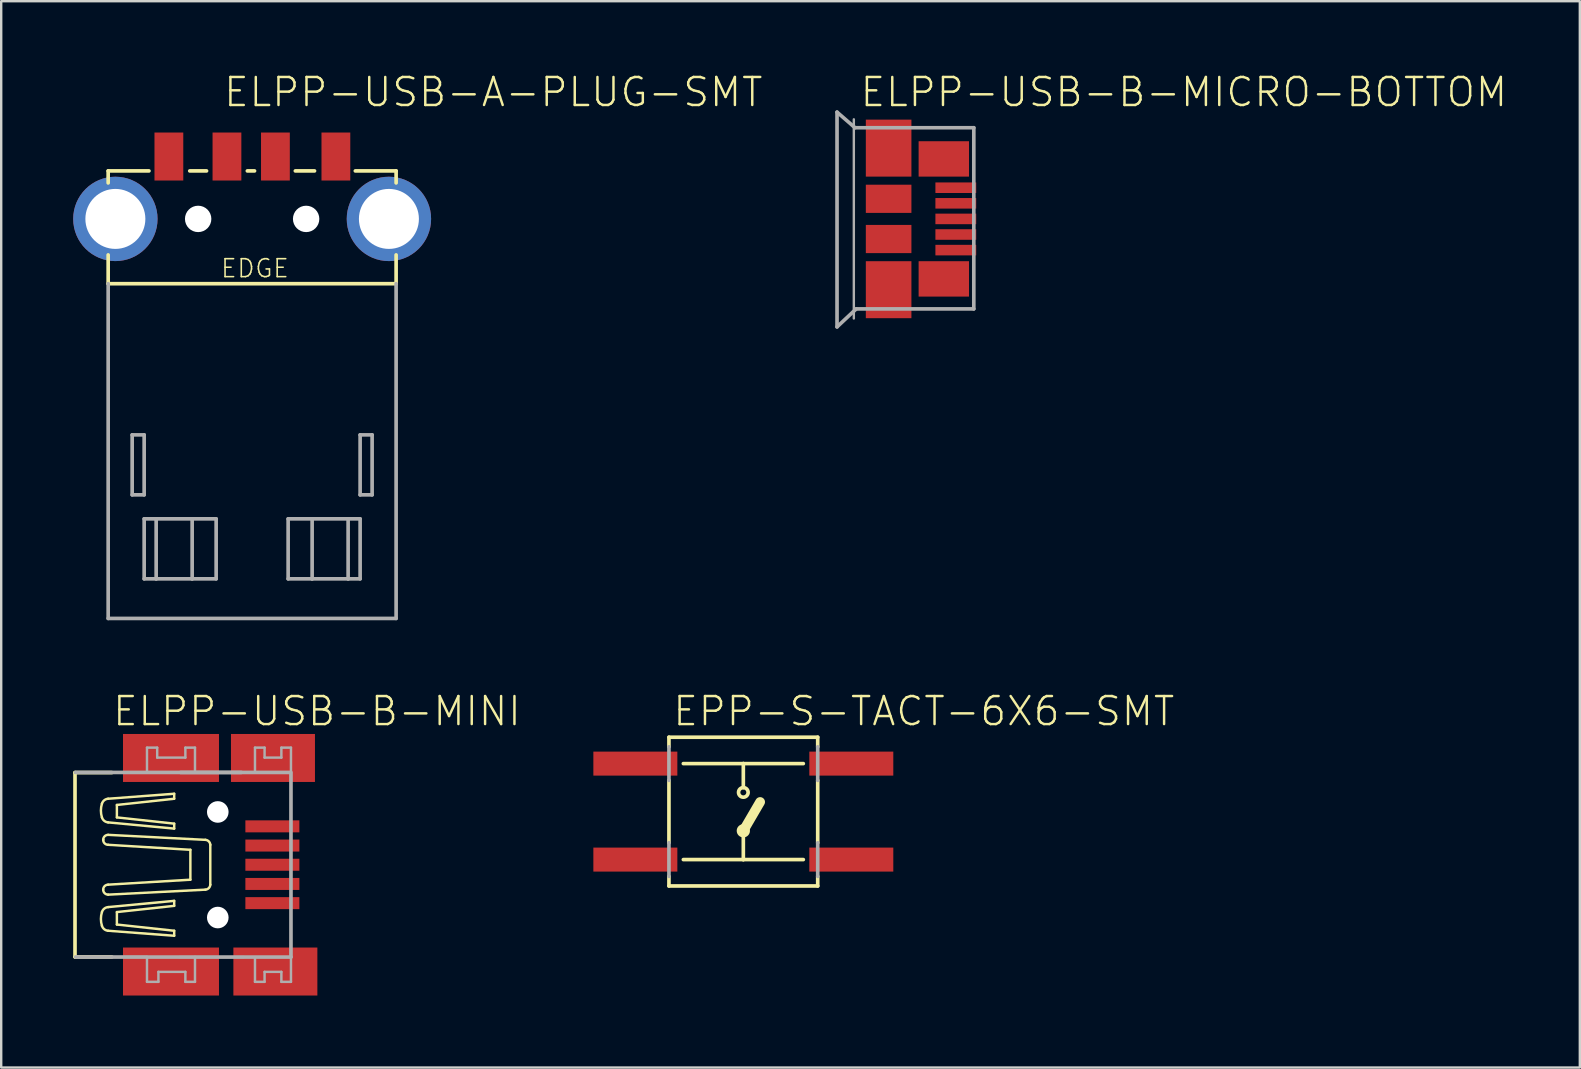
<source format=kicad_pcb>
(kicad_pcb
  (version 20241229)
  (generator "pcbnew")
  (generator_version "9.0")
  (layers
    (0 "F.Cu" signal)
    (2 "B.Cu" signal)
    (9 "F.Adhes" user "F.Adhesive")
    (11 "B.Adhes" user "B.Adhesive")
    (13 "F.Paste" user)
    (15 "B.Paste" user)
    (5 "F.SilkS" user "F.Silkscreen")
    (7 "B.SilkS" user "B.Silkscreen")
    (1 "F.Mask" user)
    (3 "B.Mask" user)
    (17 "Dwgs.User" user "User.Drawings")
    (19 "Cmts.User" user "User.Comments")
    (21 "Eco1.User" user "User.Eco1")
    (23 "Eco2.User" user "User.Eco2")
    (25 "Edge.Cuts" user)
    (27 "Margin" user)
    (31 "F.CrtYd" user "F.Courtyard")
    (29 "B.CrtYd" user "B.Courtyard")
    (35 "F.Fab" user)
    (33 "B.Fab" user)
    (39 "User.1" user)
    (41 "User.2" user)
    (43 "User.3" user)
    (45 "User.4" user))
  (footprint "ELPP-USB-B-MICRO-BOTTOM"
    (layer "F.Cu")
    (at 33.983 6.073)
    (property "Reference" "ELPP-USB-B-MICRO-BOTTOM" (at -1.25 -4.6 0) (unlocked yes) (layer "F.SilkS") (effects (font (size 1.168 1.168) (thickness 0.102)) (justify left bottom)))
    (fp_line (start -2.15 -4.45) (end -2.15 4.5) (stroke (width 0.152) (type solid)) (layer "F.Fab"))
    (fp_line (start -1.45 4.15) (end -1.45 -4.15) (stroke (width 0.1) (type solid)) (layer "F.Fab"))
    (fp_line (start -1.4 -3.8) (end -2.15 -4.45) (stroke (width 0.152) (type solid)) (layer "F.Fab"))
    (fp_line (start -1.35 3.75) (end -2.15 4.5) (stroke (width 0.152) (type solid)) (layer "F.Fab"))
    (fp_line (start 3.55 -3.8) (end -1.4 -3.8) (stroke (width 0.152) (type solid)) (layer "F.Fab"))
    (fp_line (start 3.55 -3.8) (end 3.55 3.75) (stroke (width 0.152) (type solid)) (layer "F.Fab"))
    (fp_line (start 3.55 3.75) (end -1.35 3.75) (stroke (width 0.152) (type solid)) (layer "F.Fab"))
    (pad "1" smd rect (at 2.8 -1.3 90) (size 0.44 1.7) (layers "F.Cu" "F.Mask" "F.Paste"))
    (pad "2" smd rect (at 2.8 -0.65 90) (size 0.44 1.7) (layers "F.Cu" "F.Mask" "F.Paste"))
    (pad "3" smd rect (at 2.8 0 90) (size 0.44 1.7) (layers "F.Cu" "F.Mask" "F.Paste"))
    (pad "4" smd rect (at 2.8 0.65 90) (size 0.44 1.7) (layers "F.Cu" "F.Mask" "F.Paste"))
    (pad "5" smd rect (at 2.8 1.3 90) (size 0.44 1.7) (layers "F.Cu" "F.Mask" "F.Paste"))
    (pad "S1" smd rect (at 0 2.95 90) (size 2.375 1.9) (layers "F.Cu" "F.Mask" "F.Paste"))
    (pad "S2" smd rect (at 2.3 2.5) (size 2.1 1.475) (layers "F.Cu" "F.Mask" "F.Paste"))
    (pad "S3" smd rect (at 2.3 -2.5) (size 2.1 1.475) (layers "F.Cu" "F.Mask" "F.Paste"))
    (pad "S4" smd rect (at 0 -2.95 90) (size 2.375 1.9) (layers "F.Cu" "F.Mask" "F.Paste"))
    (pad "S5" smd rect (at 0 -0.838) (size 1.9 1.175) (layers "F.Cu" "F.Mask" "F.Paste"))
    (pad "S6" smd rect (at 0 0.838) (size 1.9 1.175) (layers "F.Cu" "F.Mask" "F.Paste"))
    (zone (net_name "") (layer "F.Cu") (hatch edge 0.5) (connect_pads) (min_thickness 0.25) (filled_areas_thickness no) (keepout (tracks not_allowed) (vias not_allowed) (pads not_allowed) (copperpour not_allowed) (footprints allowed)) (placement (enabled no)) (fill) (polygon (pts (xy 35.183 7.673) (xy 35.833 7.673) (xy 35.833 4.473) (xy 35.183 4.473)))))
  (footprint "ELPP-USB-B-MINI"
    (layer "F.Cu")
    (at 6.026 32.988)
    (property "Reference" "ELPP-USB-B-MINI" (at -4.445 -5.715 0) (unlocked yes) (layer "F.SilkS") (effects (font (size 1.168 1.168) (thickness 0.102)) (justify left bottom)))
    (fp_line (start -5.95 -3.842) (end -4.415 -3.841) (stroke (width 0.152) (type solid)) (layer "F.SilkS"))
    (fp_line (start -5.95 3.841) (end -5.95 -3.842) (stroke (width 0.152) (type solid)) (layer "F.SilkS"))
    (fp_line (start -5.95 3.841) (end -4.415 3.841) (stroke (width 0.152) (type solid)) (layer "F.SilkS"))
    (fp_line (start -5.95 3.847) (end -5.95 3.841) (stroke (width 0.102) (type solid)) (layer "F.SilkS"))
    (fp_line (start -5.918 3.841) (end -5.95 3.841) (stroke (width 0.102) (type solid)) (layer "F.SilkS"))
    (fp_line (start -4.776 -1.038) (end -4.776 -1.038) (stroke (width 0.102) (type solid)) (layer "F.SilkS"))
    (fp_line (start -4.569 -1.765) (end -1.817 -1.506) (stroke (width 0.102) (type solid)) (layer "F.SilkS"))
    (fp_line (start -4.569 -0.831) (end -1.142 -0.623) (stroke (width 0.102) (type solid)) (layer "F.SilkS"))
    (fp_line (start -4.569 0.83) (end -1.142 0.623) (stroke (width 0.102) (type solid)) (layer "F.SilkS"))
    (fp_line (start -4.569 1.765) (end -1.817 1.505) (stroke (width 0.102) (type solid)) (layer "F.SilkS"))
    (fp_line (start -4.568 -1.246) (end -0.519 -1.038) (stroke (width 0.102) (type solid)) (layer "F.SilkS"))
    (fp_line (start -4.568 1.246) (end -0.519 1.038) (stroke (width 0.102) (type solid)) (layer "F.SilkS"))
    (fp_line (start -4.205 -2.492) (end -1.817 -2.751) (stroke (width 0.102) (type solid)) (layer "F.SilkS"))
    (fp_line (start -4.205 -1.973) (end -4.205 -2.492) (stroke (width 0.102) (type solid)) (layer "F.SilkS"))
    (fp_line (start -4.205 1.972) (end -4.205 2.492) (stroke (width 0.102) (type solid)) (layer "F.SilkS"))
    (fp_line (start -4.205 2.492) (end -1.817 2.751) (stroke (width 0.102) (type solid)) (layer "F.SilkS"))
    (fp_line (start -1.817 -2.959) (end -4.569 -2.751) (stroke (width 0.102) (type solid)) (layer "F.SilkS"))
    (fp_line (start -1.817 -2.751) (end -1.817 -2.959) (stroke (width 0.102) (type solid)) (layer "F.SilkS"))
    (fp_line (start -1.817 -1.713) (end -4.205 -1.973) (stroke (width 0.102) (type solid)) (layer "F.SilkS"))
    (fp_line (start -1.817 -1.506) (end -1.817 -1.713) (stroke (width 0.102) (type solid)) (layer "F.SilkS"))
    (fp_line (start -1.817 1.505) (end -1.817 1.713) (stroke (width 0.102) (type solid)) (layer "F.SilkS"))
    (fp_line (start -1.817 1.713) (end -4.205 1.972) (stroke (width 0.102) (type solid)) (layer "F.SilkS"))
    (fp_line (start -1.817 2.751) (end -1.817 2.959) (stroke (width 0.102) (type solid)) (layer "F.SilkS"))
    (fp_line (start -1.817 2.959) (end -4.569 2.751) (stroke (width 0.102) (type solid)) (layer "F.SilkS"))
    (fp_line (start -1.142 0.623) (end -1.142 -0.623) (stroke (width 0.102) (type solid)) (layer "F.SilkS"))
    (fp_line (start -0.312 0.83) (end -0.312 -0.831) (stroke (width 0.102) (type solid)) (layer "F.SilkS"))
    (fp_arc (start -4.828 -2.5438) (mid -4.730297 -2.687659) (end -4.5685 -2.7514) (stroke (width 0.1016) (type solid)) (layer "F.SilkS"))
    (fp_arc (start -4.828 -1.9727) (mid -4.870802 -2.25825) (end -4.828 -2.5438) (stroke (width 0.1016) (type solid)) (layer "F.SilkS"))
    (fp_arc (start -4.828 1.9725) (mid -4.730298 1.828641) (end -4.568501 1.764899) (stroke (width 0.1016) (type solid)) (layer "F.SilkS"))
    (fp_arc (start -4.828 2.5436) (mid -4.870802 2.25805) (end -4.828 1.9725) (stroke (width 0.1016) (type solid)) (layer "F.SilkS"))
    (fp_arc (start -4.7761 -1.0383) (mid -4.715295 -1.185095) (end -4.5685 -1.2459) (stroke (width 0.1016) (type solid)) (layer "F.SilkS"))
    (fp_arc (start -4.7761 1.038) (mid -4.715295 0.891205) (end -4.5685 0.8304) (stroke (width 0.1016) (type solid)) (layer "F.SilkS"))
    (fp_arc (start -4.568501 -1.765099) (mid -4.730298 -1.828841) (end -4.828 -1.9727) (stroke (width 0.1016) (type solid)) (layer "F.SilkS"))
    (fp_arc (start -4.5685 -0.8306) (mid -4.715295 -0.891405) (end -4.7761 -1.0382) (stroke (width 0.1016) (type solid)) (layer "F.SilkS"))
    (fp_arc (start -4.5685 1.2457) (mid -4.715295 1.184895) (end -4.7761 1.0381) (stroke (width 0.1016) (type solid)) (layer "F.SilkS"))
    (fp_arc (start -4.5685 2.7512) (mid -4.730297 2.687459) (end -4.828 2.5436) (stroke (width 0.1016) (type solid)) (layer "F.SilkS"))
    (fp_arc (start -0.5192 -1.0383) (mid -0.375653 -0.974177) (end -0.311598 -0.8306) (stroke (width 0.1016) (type solid)) (layer "F.SilkS"))
    (fp_arc (start -0.311599 0.830399) (mid -0.375679 0.973951) (end -0.5192 1.0381) (stroke (width 0.1016) (type solid)) (layer "F.SilkS"))
    (fp_line (start -5.95 -3.842) (end -2.95 -3.842) (stroke (width 0.102) (type solid)) (layer "F.Fab"))
    (fp_line (start -5.95 3.841) (end -2.95 3.841) (stroke (width 0.102) (type solid)) (layer "F.Fab"))
    (fp_line (start -5.923 -3.847) (end 3.05 -3.847) (stroke (width 0.152) (type solid)) (layer "F.Fab"))
    (fp_line (start -2.95 -4.88) (end -2.525 -4.88) (stroke (width 0.102) (type solid)) (layer "F.Fab"))
    (fp_line (start -2.95 -3.842) (end -2.95 -4.88) (stroke (width 0.102) (type solid)) (layer "F.Fab"))
    (fp_line (start -2.95 3.841) (end -2.95 4.88) (stroke (width 0.102) (type solid)) (layer "F.Fab"))
    (fp_line (start -2.95 4.88) (end -2.474 4.88) (stroke (width 0.102) (type solid)) (layer "F.Fab"))
    (fp_line (start -2.525 -4.88) (end -2.525 -4.465) (stroke (width 0.102) (type solid)) (layer "F.Fab"))
    (fp_line (start -2.525 -4.465) (end -1.351 -4.465) (stroke (width 0.102) (type solid)) (layer "F.Fab"))
    (fp_line (start -2.474 4.464) (end -1.351 4.464) (stroke (width 0.102) (type solid)) (layer "F.Fab"))
    (fp_line (start -2.474 4.88) (end -2.474 4.464) (stroke (width 0.102) (type solid)) (layer "F.Fab"))
    (fp_line (start -1.552 -3.847) (end 0.983 -3.847) (stroke (width 0.152) (type solid)) (layer "F.Fab"))
    (fp_line (start -1.351 -4.88) (end -0.95 -4.88) (stroke (width 0.102) (type solid)) (layer "F.Fab"))
    (fp_line (start -1.351 -4.465) (end -1.351 -4.88) (stroke (width 0.102) (type solid)) (layer "F.Fab"))
    (fp_line (start -1.351 4.464) (end -1.351 4.88) (stroke (width 0.102) (type solid)) (layer "F.Fab"))
    (fp_line (start -1.351 4.88) (end -0.95 4.88) (stroke (width 0.102) (type solid)) (layer "F.Fab"))
    (fp_line (start -0.95 -4.88) (end -0.95 -3.842) (stroke (width 0.102) (type solid)) (layer "F.Fab"))
    (fp_line (start -0.95 4.88) (end -0.95 3.841) (stroke (width 0.102) (type solid)) (layer "F.Fab"))
    (fp_line (start 1.084 3.847) (end -1.603 3.847) (stroke (width 0.102) (type solid)) (layer "F.Fab"))
    (fp_line (start 1.55 -4.88) (end 1.95 -4.88) (stroke (width 0.102) (type solid)) (layer "F.Fab"))
    (fp_line (start 1.55 -3.886) (end 1.55 -4.88) (stroke (width 0.102) (type solid)) (layer "F.Fab"))
    (fp_line (start 1.55 3.885) (end 1.55 4.88) (stroke (width 0.102) (type solid)) (layer "F.Fab"))
    (fp_line (start 1.55 4.88) (end 1.95 4.88) (stroke (width 0.102) (type solid)) (layer "F.Fab"))
    (fp_line (start 1.95 -4.88) (end 1.95 -4.465) (stroke (width 0.102) (type solid)) (layer "F.Fab"))
    (fp_line (start 1.95 -4.465) (end 2.65 -4.465) (stroke (width 0.102) (type solid)) (layer "F.Fab"))
    (fp_line (start 1.95 4.464) (end 2.65 4.464) (stroke (width 0.102) (type solid)) (layer "F.Fab"))
    (fp_line (start 1.95 4.88) (end 1.95 4.464) (stroke (width 0.102) (type solid)) (layer "F.Fab"))
    (fp_line (start 2.65 -4.88) (end 3.05 -4.88) (stroke (width 0.102) (type solid)) (layer "F.Fab"))
    (fp_line (start 2.65 -4.465) (end 2.65 -4.88) (stroke (width 0.102) (type solid)) (layer "F.Fab"))
    (fp_line (start 2.65 4.464) (end 2.65 4.88) (stroke (width 0.102) (type solid)) (layer "F.Fab"))
    (fp_line (start 2.65 4.88) (end 3.05 4.88) (stroke (width 0.102) (type solid)) (layer "F.Fab"))
    (fp_line (start 3.05 -4.88) (end 3.05 -3.852) (stroke (width 0.102) (type solid)) (layer "F.Fab"))
    (fp_line (start 3.05 -3.78) (end 3.05 3.847) (stroke (width 0.152) (type solid)) (layer "F.Fab"))
    (fp_line (start 3.05 3.847) (end -5.923 3.847) (stroke (width 0.152) (type solid)) (layer "F.Fab"))
    (fp_line (start 3.05 4.88) (end 3.05 3.852) (stroke (width 0.102) (type solid)) (layer "F.Fab"))
    (pad "" np_thru_hole circle (at 0 -2.2) (size 0.9 0.9) (drill 0.9) (layers "*.Cu" "*.Mask"))
    (pad "" np_thru_hole circle (at 0 2.2) (size 0.9 0.9) (drill 0.9) (layers "*.Cu" "*.Mask"))
    (pad "1" smd rect (at 2.275 -1.6) (size 2.25 0.5) (layers "F.Cu" "F.Mask" "F.Paste"))
    (pad "2" smd rect (at 2.275 -0.8) (size 2.25 0.5) (layers "F.Cu" "F.Mask" "F.Paste"))
    (pad "3" smd rect (at 2.275 0) (size 2.25 0.5) (layers "F.Cu" "F.Mask" "F.Paste"))
    (pad "4" smd rect (at 2.275 0.8) (size 2.25 0.5) (layers "F.Cu" "F.Mask" "F.Paste"))
    (pad "5" smd rect (at 2.275 1.6) (size 2.25 0.5) (layers "F.Cu" "F.Mask" "F.Paste"))
    (pad "S1" smd rect (at -1.95 4.45) (size 4 2) (layers "F.Cu" "F.Mask" "F.Paste"))
    (pad "S2" smd rect (at 2.4 4.45) (size 3.5 2) (layers "F.Cu" "F.Mask" "F.Paste"))
    (pad "S3" smd rect (at 2.3 -4.45) (size 3.5 2) (layers "F.Cu" "F.Mask" "F.Paste"))
    (pad "S4" smd rect (at -1.95 -4.45) (size 4 2) (layers "F.Cu" "F.Mask" "F.Paste")))
  (footprint "ELPP-USB-A-PLUG-SMT"
    (layer "F.Cu")
    (at 7.458 6.073)
    (property "Reference" "ELPP-USB-A-PLUG-SMT" (at -1.25 -4.6 0) (unlocked yes) (layer "F.SilkS") (effects (font (size 1.168 1.168) (thickness 0.102)) (justify left bottom)))
    (fp_line (start -6 -2) (end -6 -1.5) (stroke (width 0.152) (type solid)) (layer "F.SilkS"))
    (fp_line (start -6 1.5) (end -6 2.7) (stroke (width 0.152) (type solid)) (layer "F.SilkS"))
    (fp_line (start -6 2.7) (end 6 2.7) (stroke (width 0.152) (type solid)) (layer "F.SilkS"))
    (fp_line (start -4.3 -2) (end -6 -2) (stroke (width 0.152) (type solid)) (layer "F.SilkS"))
    (fp_line (start -2.6 -2) (end -1.9 -2) (stroke (width 0.152) (type solid)) (layer "F.SilkS"))
    (fp_line (start -0.2 -2) (end 0.1 -2) (stroke (width 0.152) (type solid)) (layer "F.SilkS"))
    (fp_line (start 1.8 -2) (end 2.6 -2) (stroke (width 0.152) (type solid)) (layer "F.SilkS"))
    (fp_line (start 4.3 -2) (end 6 -2) (stroke (width 0.152) (type solid)) (layer "F.SilkS"))
    (fp_line (start 6 -2) (end 6 -1.5) (stroke (width 0.152) (type solid)) (layer "F.SilkS"))
    (fp_line (start 6 1.5) (end 6 2.7) (stroke (width 0.152) (type solid)) (layer "F.SilkS"))
    (fp_line (start -6 2.7) (end -6 16.65) (stroke (width 0.152) (type solid)) (layer "F.Fab"))
    (fp_line (start -6 16.65) (end 6 16.65) (stroke (width 0.152) (type solid)) (layer "F.Fab"))
    (fp_line (start -5 9) (end -5 11.5) (stroke (width 0.152) (type solid)) (layer "F.Fab"))
    (fp_line (start -5 11.5) (end -4.5 11.5) (stroke (width 0.152) (type solid)) (layer "F.Fab"))
    (fp_line (start -4.5 9) (end -5 9) (stroke (width 0.152) (type solid)) (layer "F.Fab"))
    (fp_line (start -4.5 11.5) (end -4.5 9) (stroke (width 0.152) (type solid)) (layer "F.Fab"))
    (fp_line (start -4.5 12.5) (end -4.5 15) (stroke (width 0.152) (type solid)) (layer "F.Fab"))
    (fp_line (start -4.5 15) (end -4 15) (stroke (width 0.152) (type solid)) (layer "F.Fab"))
    (fp_line (start -4 12.5) (end -4.5 12.5) (stroke (width 0.152) (type solid)) (layer "F.Fab"))
    (fp_line (start -4 12.5) (end -4 15) (stroke (width 0.152) (type solid)) (layer "F.Fab"))
    (fp_line (start -4 15) (end -2.5 15) (stroke (width 0.152) (type solid)) (layer "F.Fab"))
    (fp_line (start -2.5 12.5) (end -4 12.5) (stroke (width 0.152) (type solid)) (layer "F.Fab"))
    (fp_line (start -2.5 12.5) (end -2.5 15) (stroke (width 0.152) (type solid)) (layer "F.Fab"))
    (fp_line (start -2.5 15) (end -1.5 15) (stroke (width 0.152) (type solid)) (layer "F.Fab"))
    (fp_line (start -1.5 12.5) (end -2.5 12.5) (stroke (width 0.152) (type solid)) (layer "F.Fab"))
    (fp_line (start -1.5 15) (end -1.5 12.5) (stroke (width 0.152) (type solid)) (layer "F.Fab"))
    (fp_line (start 1.5 12.5) (end 1.5 15) (stroke (width 0.152) (type solid)) (layer "F.Fab"))
    (fp_line (start 1.5 15) (end 2.5 15) (stroke (width 0.152) (type solid)) (layer "F.Fab"))
    (fp_line (start 2.5 12.5) (end 1.5 12.5) (stroke (width 0.152) (type solid)) (layer "F.Fab"))
    (fp_line (start 2.5 12.5) (end 2.5 15) (stroke (width 0.152) (type solid)) (layer "F.Fab"))
    (fp_line (start 2.5 15) (end 4 15) (stroke (width 0.152) (type solid)) (layer "F.Fab"))
    (fp_line (start 4 12.5) (end 2.5 12.5) (stroke (width 0.152) (type solid)) (layer "F.Fab"))
    (fp_line (start 4 12.5) (end 4 15) (stroke (width 0.152) (type solid)) (layer "F.Fab"))
    (fp_line (start 4 15) (end 4.5 15) (stroke (width 0.152) (type solid)) (layer "F.Fab"))
    (fp_line (start 4.5 9) (end 4.5 11.5) (stroke (width 0.152) (type solid)) (layer "F.Fab"))
    (fp_line (start 4.5 11.5) (end 5 11.5) (stroke (width 0.152) (type solid)) (layer "F.Fab"))
    (fp_line (start 4.5 12.5) (end 4 12.5) (stroke (width 0.152) (type solid)) (layer "F.Fab"))
    (fp_line (start 4.5 15) (end 4.5 12.5) (stroke (width 0.152) (type solid)) (layer "F.Fab"))
    (fp_line (start 5 9) (end 4.5 9) (stroke (width 0.152) (type solid)) (layer "F.Fab"))
    (fp_line (start 5 11.5) (end 5 9) (stroke (width 0.152) (type solid)) (layer "F.Fab"))
    (fp_line (start 6 16.65) (end 6 2.7) (stroke (width 0.152) (type solid)) (layer "F.Fab"))
    (fp_text user "EDGE" (at -1.35 2.5 0) (layer "F.SilkS") (effects (font (size 0.748 0.748) (thickness 0.065)) (justify left bottom)))
    (pad "" np_thru_hole circle (at -2.25 0) (size 1.1 1.1) (drill 1.1) (layers "*.Cu" "*.Mask"))
    (pad "" np_thru_hole circle (at 2.25 0) (size 1.1 1.1) (drill 1.1) (layers "*.Cu" "*.Mask"))
    (pad "1" smd rect (at -3.47 -2.6 180) (size 1.2 2) (layers "F.Cu" "F.Mask" "F.Paste"))
    (pad "2" smd rect (at -1.05 -2.6 180) (size 1.2 2) (layers "F.Cu" "F.Mask" "F.Paste"))
    (pad "3" smd rect (at 0.97 -2.6 180) (size 1.2 2) (layers "F.Cu" "F.Mask" "F.Paste"))
    (pad "4" smd rect (at 3.49 -2.6 180) (size 1.2 2) (layers "F.Cu" "F.Mask" "F.Paste"))
    (pad "S1" thru_hole circle (at -5.7 0) (size 3.516 3.516) (drill 2.5) (layers "*.Cu" "*.Mask"))
    (pad "S2" thru_hole circle (at 5.7 0 180) (size 3.516 3.516) (drill 2.5) (layers "*.Cu" "*.Mask")))
  (footprint "EPP-S-TACT-6X6-SMT"
    (layer "F.Cu")
    (at 27.928 30.773)
    (property "Reference" "EPP-S-TACT-6X6-SMT" (at -3 -3.5 0) (unlocked yes) (layer "F.SilkS") (effects (font (size 1.168 1.168) (thickness 0.102)) (justify left bottom)))
    (fp_line (start -3.1 -3.1) (end -3.1 -2.7) (stroke (width 0.152) (type solid)) (layer "F.SilkS"))
    (fp_line (start -3.1 -1.3) (end -3.1 1.3) (stroke (width 0.152) (type solid)) (layer "F.SilkS"))
    (fp_line (start -3.1 3.1) (end -3.1 2.7) (stroke (width 0.152) (type solid)) (layer "F.SilkS"))
    (fp_line (start -2.5 -2) (end 0 -2) (stroke (width 0.152) (type solid)) (layer "F.SilkS"))
    (fp_line (start -2.5 2) (end 0 2) (stroke (width 0.152) (type solid)) (layer "F.SilkS"))
    (fp_line (start 0 -2) (end 0 -1) (stroke (width 0.152) (type solid)) (layer "F.SilkS"))
    (fp_line (start 0 -2) (end 2.5 -2) (stroke (width 0.152) (type solid)) (layer "F.SilkS"))
    (fp_line (start 0 0.8) (end 0.7 -0.4) (stroke (width 0.406) (type solid)) (layer "F.SilkS"))
    (fp_line (start 0 2) (end 0 0.8) (stroke (width 0.152) (type solid)) (layer "F.SilkS"))
    (fp_line (start 0 2) (end 2.5 2) (stroke (width 0.152) (type solid)) (layer "F.SilkS"))
    (fp_line (start 3.1 -3.1) (end -3.1 -3.1) (stroke (width 0.152) (type solid)) (layer "F.SilkS"))
    (fp_line (start 3.1 -3.1) (end 3.1 -2.7) (stroke (width 0.152) (type solid)) (layer "F.SilkS"))
    (fp_line (start 3.1 -1.3) (end 3.1 1.3) (stroke (width 0.152) (type solid)) (layer "F.SilkS"))
    (fp_line (start 3.1 3.1) (end -3.1 3.1) (stroke (width 0.152) (type solid)) (layer "F.SilkS"))
    (fp_line (start 3.1 3.1) (end 3.1 2.7) (stroke (width 0.152) (type solid)) (layer "F.SilkS"))
    (fp_circle (center 0 -0.8) (end 0.2 -0.8) (stroke (width 0.152) (type solid)) (fill no) (layer "F.SilkS"))
    (fp_circle (center 0 0.8) (end 0.2 0.8) (stroke (width 0.152) (type solid)) (fill no) (layer "F.SilkS"))
    (fp_line (start -3.1 -1.3) (end -3.1 -2.7) (stroke (width 0.152) (type solid)) (layer "F.Fab"))
    (fp_line (start -3.1 2.7) (end -3.1 1.3) (stroke (width 0.152) (type solid)) (layer "F.Fab"))
    (fp_line (start 3.1 -1.3) (end 3.1 -2.7) (stroke (width 0.152) (type solid)) (layer "F.Fab"))
    (fp_line (start 3.1 2.7) (end 3.1 1.3) (stroke (width 0.152) (type solid)) (layer "F.Fab"))
    (pad "1" smd rect (at -4.5 2) (size 3.5 1) (layers "F.Cu" "F.Mask" "F.Paste"))
    (pad "2" smd rect (at 4.5 2) (size 3.5 1) (layers "F.Cu" "F.Mask" "F.Paste"))
    (pad "3" smd rect (at 4.5 -2) (size 3.5 1) (layers "F.Cu" "F.Mask" "F.Paste"))
    (pad "4" smd rect (at -4.5 -2) (size 3.5 1) (layers "F.Cu" "F.Mask" "F.Paste")))
  (gr_rect
    (start -3 -3)
    (end 62.789 41.438)
    (stroke (width 0.1) (type default))
    (fill no)
    (layer "Edge.Cuts")))
</source>
